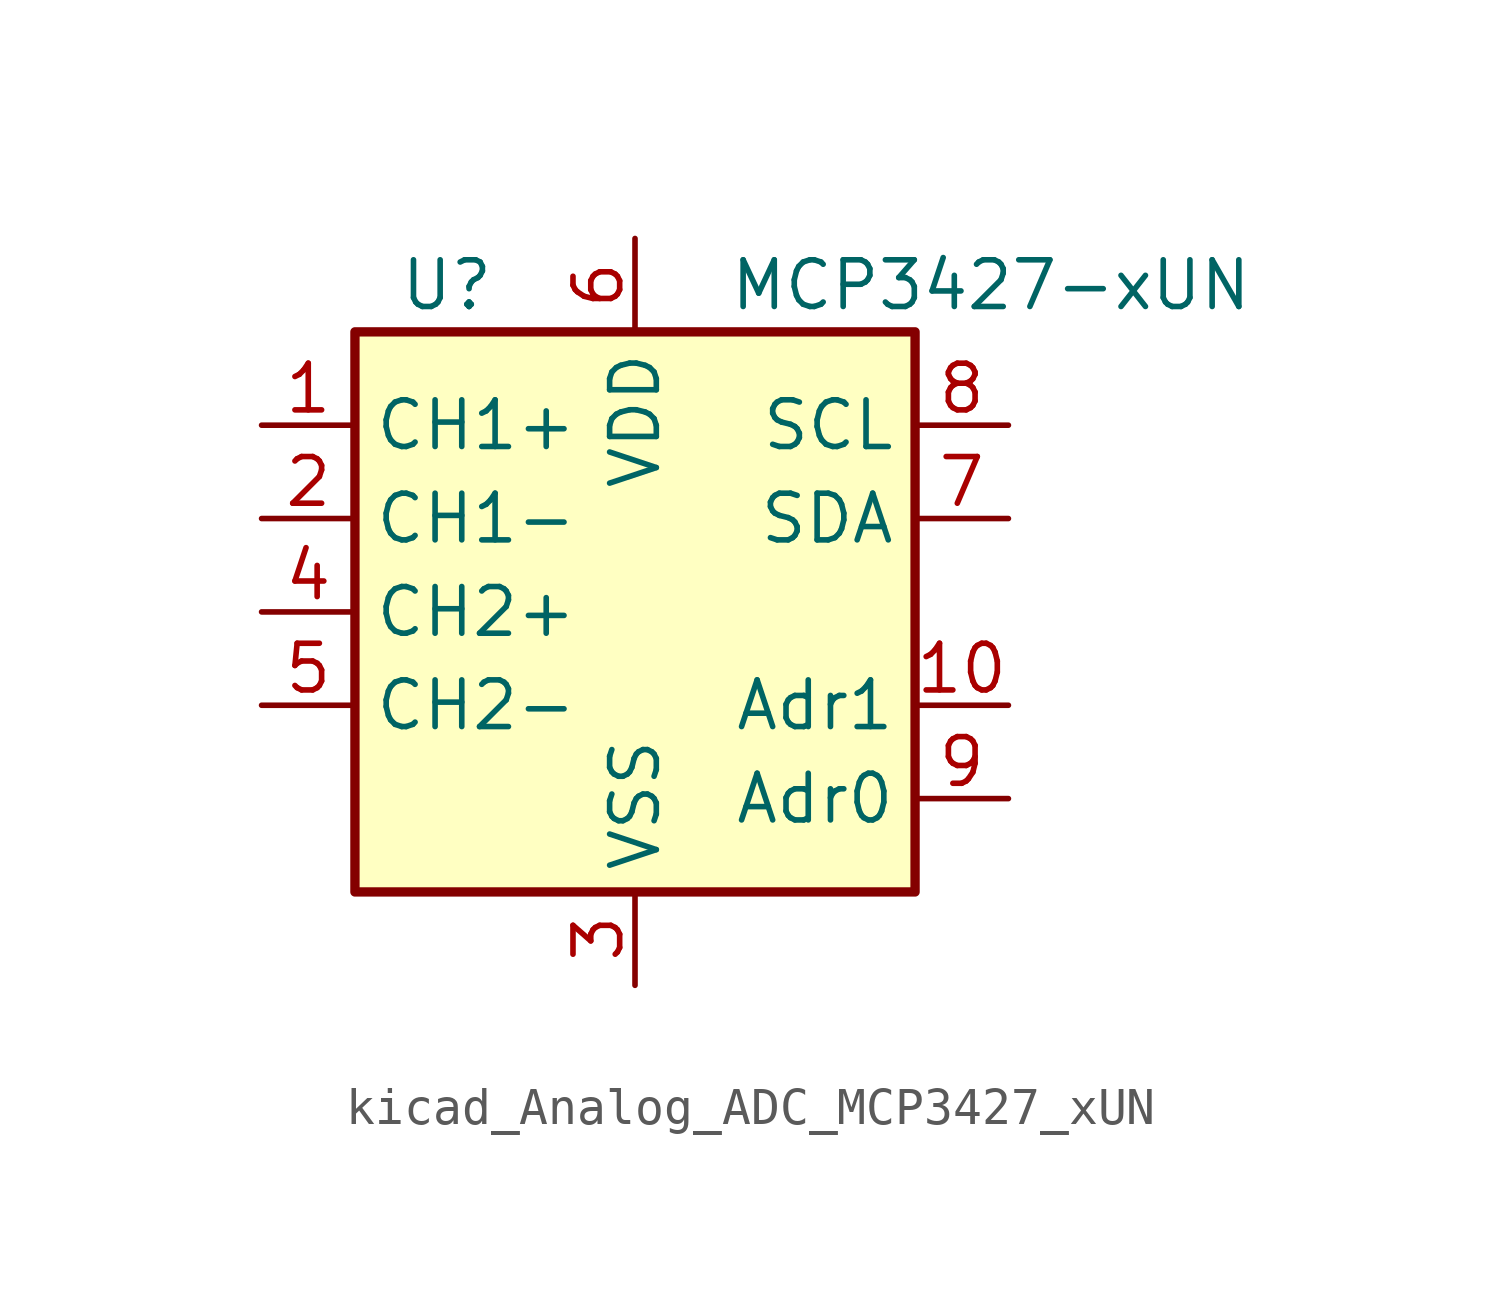
<source format=kicad_sym>
(kicad_symbol_lib
  (version 20220914)
  (generator kicad_symbol_editor)
  (symbol "kicad_Analog_ADC_MCP3427_xUN"
    (property "Reference" "U"
      (at -3.81 8.89 0)
      (effects (font (size 1.27 1.27)) (justify right)))
    (property "Value" "MCP3427-xUN"
      (at 2.54 8.89 0)
      (effects (font (size 1.27 1.27)) (justify left)))
    (symbol "kicad_Analog_ADC_MCP3427_xUN_0_1"
      (rectangle (start -7.62 7.62) (end 7.62 -7.62) (stroke (width 0.254) (type default)) (fill (type background))))
    (symbol "kicad_Analog_ADC_MCP3427_xUN_1_1"
      (pin input line (at -10.16 5.08 0) (length 2.54) (name "CH1+" (effects (font (size 1.27 1.27)))) (number "1" (effects (font (size 1.27 1.27)))))
      (pin input line (at 10.16 -2.54 180) (length 2.54) (name "Adr1" (effects (font (size 1.27 1.27)))) (number "10" (effects (font (size 1.27 1.27)))))
      (pin input line (at -10.16 2.54 0) (length 2.54) (name "CH1-" (effects (font (size 1.27 1.27)))) (number "2" (effects (font (size 1.27 1.27)))))
      (pin power_in line (at 0 -10.16 90) (length 2.54) (name "VSS" (effects (font (size 1.27 1.27)))) (number "3" (effects (font (size 1.27 1.27)))))
      (pin input line (at -10.16 0 0) (length 2.54) (name "CH2+" (effects (font (size 1.27 1.27)))) (number "4" (effects (font (size 1.27 1.27)))))
      (pin input line (at -10.16 -2.54 0) (length 2.54) (name "CH2-" (effects (font (size 1.27 1.27)))) (number "5" (effects (font (size 1.27 1.27)))))
      (pin power_in line (at 0 10.16 270) (length 2.54) (name "VDD" (effects (font (size 1.27 1.27)))) (number "6" (effects (font (size 1.27 1.27)))))
      (pin bidirectional line (at 10.16 2.54 180) (length 2.54) (name "SDA" (effects (font (size 1.27 1.27)))) (number "7" (effects (font (size 1.27 1.27)))))
      (pin input line (at 10.16 5.08 180) (length 2.54) (name "SCL" (effects (font (size 1.27 1.27)))) (number "8" (effects (font (size 1.27 1.27)))))
      (pin input line (at 10.16 -5.08 180) (length 2.54) (name "Adr0" (effects (font (size 1.27 1.27)))) (number "9" (effects (font (size 1.27 1.27))))))))
</source>
